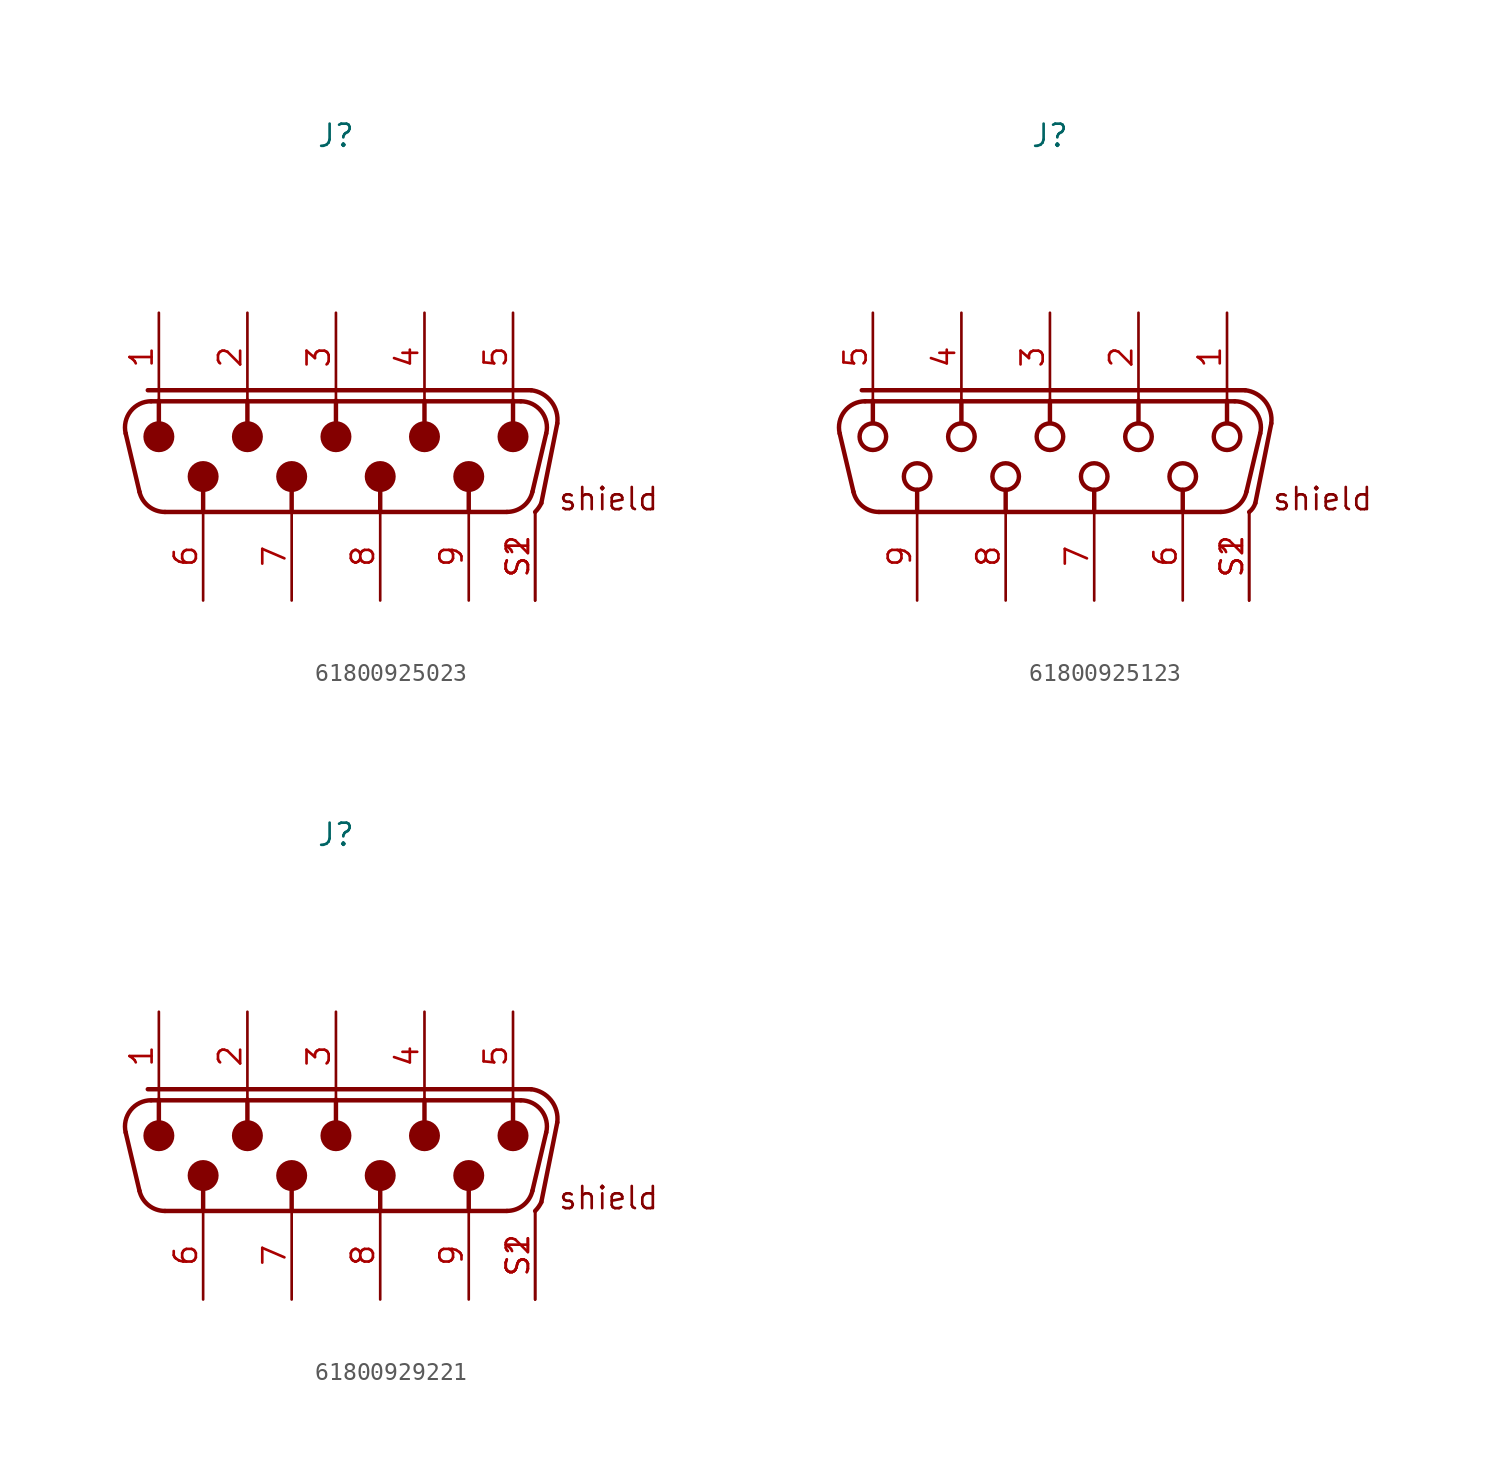
<source format=kicad_sym>
(kicad_symbol_lib
  (version 20241209)
  (generator "kicad_symbol_editor")
  (generator_version "9.0")
  (symbol "61800925023"
    (pin_names
      (hide yes))
    (property "Reference" "J"
      (at 0 17.78 0)
      (effects (font (size 1.27 1.27))))
    (symbol "61800925023_1_0"
      (polyline (pts (xy -11.273 -2.655) (xy -12.064 0.695)) (stroke (width 0.254) (type solid)) (fill (type none)))
      (polyline (pts (xy -10.795 3.175) (xy 11.2 3.175)) (stroke (width 0.254) (type solid)) (fill (type none)))
      (polyline (pts (xy -10.604 2.54) (xy 10.604 2.54)) (stroke (width 0.254) (type solid)) (fill (type none)))
      (arc (start -12.0642 0.695) (mid -11.7807 1.9707) (end -10.6043 2.54) (stroke (width 0.254) (type solid)) (fill (type none)))
      (polyline (pts (xy -10.16 2.58) (xy -10.16 0.4)) (stroke (width 0.254) (type solid)) (fill (type none)))
      (circle (center -10.16 0.508) (radius 0.762) (stroke (width 0.254) (type solid)) (fill (type outline)))
      (arc (start -9.813 -3.81) (mid -10.7438 -3.4862) (end -11.2728 -2.6547) (stroke (width 0.254) (type solid)) (fill (type none)))
      (circle (center -7.62 -1.778) (radius 0.762) (stroke (width 0.254) (type solid)) (fill (type outline)))
      (polyline (pts (xy -7.62 -3.81) (xy -7.62 -1.63)) (stroke (width 0.254) (type solid)) (fill (type none)))
      (polyline (pts (xy -5.08 2.58) (xy -5.08 0.4)) (stroke (width 0.254) (type solid)) (fill (type none)))
      (circle (center -5.08 0.508) (radius 0.762) (stroke (width 0.254) (type solid)) (fill (type outline)))
      (circle (center -2.54 -1.778) (radius 0.762) (stroke (width 0.254) (type solid)) (fill (type outline)))
      (polyline (pts (xy -2.54 -3.81) (xy -2.54 -1.63)) (stroke (width 0.254) (type solid)) (fill (type none)))
      (polyline (pts (xy 0 2.58) (xy 0 0.4)) (stroke (width 0.254) (type solid)) (fill (type none)))
      (circle (center 0 0.508) (radius 0.762) (stroke (width 0.254) (type solid)) (fill (type outline)))
      (circle (center 2.54 -1.778) (radius 0.762) (stroke (width 0.254) (type solid)) (fill (type outline)))
      (polyline (pts (xy 2.54 -3.81) (xy 2.54 -1.63)) (stroke (width 0.254) (type solid)) (fill (type none)))
      (polyline (pts (xy 5.08 2.58) (xy 5.08 0.4)) (stroke (width 0.254) (type solid)) (fill (type none)))
      (circle (center 5.08 0.508) (radius 0.762) (stroke (width 0.254) (type solid)) (fill (type outline)))
      (circle (center 7.62 -1.778) (radius 0.762) (stroke (width 0.254) (type solid)) (fill (type outline)))
      (polyline (pts (xy 7.62 -3.81) (xy 7.62 -1.63)) (stroke (width 0.254) (type solid)) (fill (type none)))
      (arc (start 11.2728 -2.6548) (mid 10.7437 -3.4863) (end 9.8129 -3.81) (stroke (width 0.254) (type solid)) (fill (type none)))
      (polyline (pts (xy 9.813 -3.81) (xy -9.813 -3.81)) (stroke (width 0.254) (type solid)) (fill (type none)))
      (polyline (pts (xy 10.16 2.58) (xy 10.16 0.4)) (stroke (width 0.254) (type solid)) (fill (type none)))
      (circle (center 10.16 0.508) (radius 0.762) (stroke (width 0.254) (type solid)) (fill (type outline)))
      (arc (start 11.7839 -3.3037) (mid 11.6289 -3.5722) (end 11.43 -3.81) (stroke (width 0.254) (type solid)) (fill (type none)))
      (arc (start 10.6043 2.54) (mid 11.7807 1.9707) (end 12.0642 0.695) (stroke (width 0.254) (type solid)) (fill (type none)))
      (arc (start 11.2 3.175) (mid 12.3464 2.5346) (end 12.7 1.27) (stroke (width 0.254) (type solid)) (fill (type none)))
      (polyline (pts (xy 11.784 -3.304) (xy 12.7 1.27)) (stroke (width 0.254) (type solid)) (fill (type none)))
      (polyline (pts (xy 12.064 0.695) (xy 11.273 -2.655)) (stroke (width 0.254) (type solid)) (fill (type none)))
      (pin passive line (at -10.16 7.62 270) (length 5.08) (name "1" (effects (font (size 1.27 1.27)))) (number "1" (effects (font (size 1.27 1.27)))))
      (pin passive line (at -7.62 -8.89 90) (length 5.08) (name "6" (effects (font (size 1.27 1.27)))) (number "6" (effects (font (size 1.27 1.27)))))
      (pin passive line (at -5.08 7.62 270) (length 5.08) (name "2" (effects (font (size 1.27 1.27)))) (number "2" (effects (font (size 1.27 1.27)))))
      (pin passive line (at -2.54 -8.89 90) (length 5.08) (name "7" (effects (font (size 1.27 1.27)))) (number "7" (effects (font (size 1.27 1.27)))))
      (pin passive line (at 0 7.62 270) (length 5.08) (name "3" (effects (font (size 1.27 1.27)))) (number "3" (effects (font (size 1.27 1.27)))))
      (pin passive line (at 2.54 -8.89 90) (length 5.08) (name "8" (effects (font (size 1.27 1.27)))) (number "8" (effects (font (size 1.27 1.27)))))
      (pin passive line (at 5.08 7.62 270) (length 5.08) (name "4" (effects (font (size 1.27 1.27)))) (number "4" (effects (font (size 1.27 1.27)))))
      (pin passive line (at 7.62 -8.89 90) (length 5.08) (name "9" (effects (font (size 1.27 1.27)))) (number "9" (effects (font (size 1.27 1.27)))))
      (pin passive line (at 10.16 7.62 270) (length 5.08) (name "5" (effects (font (size 1.27 1.27)))) (number "5" (effects (font (size 1.27 1.27)))))
      (pin passive line (at 11.43 -8.89 90) (length 5.08) (name "SHIELD" (effects (font (size 1.27 1.27)))) (number "S1" (effects (font (size 1.27 1.27)))))
      (pin passive line (at 11.43 -8.89 90) (length 5.08) (name "SHIELD" (effects (font (size 1.27 1.27)))) (number "S2" (effects (font (size 1.27 1.27))))))
    (symbol "61800925023_1_1"
      (text "shield" (at 12.7 -3.81 0) (effects (font (size 1.27 1.27)) (justify left bottom)))))
  (symbol "61800925123"
    (pin_names
      (hide yes))
    (property "Reference" "J"
      (at 0 17.78 0)
      (effects (font (size 1.27 1.27))))
    (symbol "61800925123_1_0"
      (polyline (pts (xy -11.273 -2.655) (xy -12.064 0.695)) (stroke (width 0.254) (type solid)) (fill (type none)))
      (polyline (pts (xy -10.795 3.175) (xy 11.2 3.175)) (stroke (width 0.254) (type solid)) (fill (type none)))
      (polyline (pts (xy -10.604 2.54) (xy 10.604 2.54)) (stroke (width 0.254) (type solid)) (fill (type none)))
      (arc (start -12.0642 0.695) (mid -11.7807 1.9707) (end -10.6043 2.54) (stroke (width 0.254) (type solid)) (fill (type none)))
      (polyline (pts (xy -10.16 2.58) (xy -10.16 1.3)) (stroke (width 0.254) (type solid)) (fill (type none)))
      (circle (center -10.16 0.508) (radius 0.762) (stroke (width 0.254) (type solid)) (fill (type none)))
      (arc (start -9.813 -3.81) (mid -10.7438 -3.4862) (end -11.2728 -2.6547) (stroke (width 0.254) (type solid)) (fill (type none)))
      (circle (center -7.62 -1.778) (radius 0.762) (stroke (width 0.254) (type solid)) (fill (type none)))
      (polyline (pts (xy -7.62 -2.54) (xy -7.62 -3.82)) (stroke (width 0.254) (type solid)) (fill (type none)))
      (polyline (pts (xy -5.08 2.58) (xy -5.08 1.3)) (stroke (width 0.254) (type solid)) (fill (type none)))
      (circle (center -5.08 0.508) (radius 0.762) (stroke (width 0.254) (type solid)) (fill (type none)))
      (circle (center -2.54 -1.778) (radius 0.762) (stroke (width 0.254) (type solid)) (fill (type none)))
      (polyline (pts (xy -2.54 -2.54) (xy -2.54 -3.82)) (stroke (width 0.254) (type solid)) (fill (type none)))
      (polyline (pts (xy 0 2.58) (xy 0 1.3)) (stroke (width 0.254) (type solid)) (fill (type none)))
      (circle (center 0 0.508) (radius 0.762) (stroke (width 0.254) (type solid)) (fill (type none)))
      (circle (center 2.54 -1.778) (radius 0.762) (stroke (width 0.254) (type solid)) (fill (type none)))
      (polyline (pts (xy 2.54 -2.54) (xy 2.54 -3.82)) (stroke (width 0.254) (type solid)) (fill (type none)))
      (polyline (pts (xy 5.08 2.58) (xy 5.08 1.3)) (stroke (width 0.254) (type solid)) (fill (type none)))
      (circle (center 5.08 0.508) (radius 0.762) (stroke (width 0.254) (type solid)) (fill (type none)))
      (circle (center 7.62 -1.778) (radius 0.762) (stroke (width 0.254) (type solid)) (fill (type none)))
      (polyline (pts (xy 7.62 -2.54) (xy 7.62 -3.82)) (stroke (width 0.254) (type solid)) (fill (type none)))
      (arc (start 11.2728 -2.6548) (mid 10.7437 -3.4863) (end 9.8129 -3.81) (stroke (width 0.254) (type solid)) (fill (type none)))
      (polyline (pts (xy 9.813 -3.81) (xy -9.813 -3.81)) (stroke (width 0.254) (type solid)) (fill (type none)))
      (polyline (pts (xy 10.16 2.58) (xy 10.16 1.3)) (stroke (width 0.254) (type solid)) (fill (type none)))
      (circle (center 10.16 0.508) (radius 0.762) (stroke (width 0.254) (type solid)) (fill (type none)))
      (arc (start 10.6043 2.54) (mid 11.7807 1.9707) (end 12.0642 0.695) (stroke (width 0.254) (type solid)) (fill (type none)))
      (arc (start 11.7839 -3.3037) (mid 11.6448 -3.5833) (end 11.43 -3.81) (stroke (width 0.254) (type solid)) (fill (type none)))
      (arc (start 11.2 3.175) (mid 12.3464 2.5346) (end 12.7 1.27) (stroke (width 0.254) (type solid)) (fill (type none)))
      (polyline (pts (xy 11.784 -3.304) (xy 12.7 1.27)) (stroke (width 0.254) (type solid)) (fill (type none)))
      (polyline (pts (xy 12.064 0.695) (xy 11.273 -2.655)) (stroke (width 0.254) (type solid)) (fill (type none)))
      (pin passive line (at -10.16 7.62 270) (length 5.08) (name "5" (effects (font (size 1.27 1.27)))) (number "5" (effects (font (size 1.27 1.27)))))
      (pin passive line (at -7.62 -8.89 90) (length 5.08) (name "9" (effects (font (size 1.27 1.27)))) (number "9" (effects (font (size 1.27 1.27)))))
      (pin passive line (at -5.08 7.62 270) (length 5.08) (name "4" (effects (font (size 1.27 1.27)))) (number "4" (effects (font (size 1.27 1.27)))))
      (pin passive line (at -2.54 -8.89 90) (length 5.08) (name "8" (effects (font (size 1.27 1.27)))) (number "8" (effects (font (size 1.27 1.27)))))
      (pin passive line (at 0 7.62 270) (length 5.08) (name "3" (effects (font (size 1.27 1.27)))) (number "3" (effects (font (size 1.27 1.27)))))
      (pin passive line (at 2.54 -8.89 90) (length 5.08) (name "7" (effects (font (size 1.27 1.27)))) (number "7" (effects (font (size 1.27 1.27)))))
      (pin passive line (at 5.08 7.62 270) (length 5.08) (name "2" (effects (font (size 1.27 1.27)))) (number "2" (effects (font (size 1.27 1.27)))))
      (pin passive line (at 7.62 -8.89 90) (length 5.08) (name "6" (effects (font (size 1.27 1.27)))) (number "6" (effects (font (size 1.27 1.27)))))
      (pin passive line (at 10.16 7.62 270) (length 5.08) (name "1" (effects (font (size 1.27 1.27)))) (number "1" (effects (font (size 1.27 1.27)))))
      (pin passive line (at 11.43 -8.89 90) (length 5.08) (name "SHIELD" (effects (font (size 1.27 1.27)))) (number "S1" (effects (font (size 1.27 1.27)))))
      (pin passive line (at 11.43 -8.89 90) (length 5.08) (name "SHIELD" (effects (font (size 1.27 1.27)))) (number "S2" (effects (font (size 1.27 1.27))))))
    (symbol "61800925123_1_1"
      (text "shield" (at 12.7 -3.81 0) (effects (font (size 1.27 1.27)) (justify left bottom)))))
  (symbol "61800929221"
    (pin_names
      (hide yes))
    (property "Reference" "J"
      (at 0 17.78 0)
      (effects (font (size 1.27 1.27))))
    (symbol "61800929221_1_0"
      (polyline (pts (xy -11.273 -2.655) (xy -12.064 0.695)) (stroke (width 0.254) (type solid)) (fill (type none)))
      (polyline (pts (xy -10.795 3.175) (xy 11.2 3.175)) (stroke (width 0.254) (type solid)) (fill (type none)))
      (polyline (pts (xy -10.604 2.54) (xy 10.604 2.54)) (stroke (width 0.254) (type solid)) (fill (type none)))
      (arc (start -12.0642 0.695) (mid -11.7807 1.9707) (end -10.6043 2.54) (stroke (width 0.254) (type solid)) (fill (type none)))
      (polyline (pts (xy -10.16 2.58) (xy -10.16 0.4)) (stroke (width 0.254) (type solid)) (fill (type none)))
      (circle (center -10.16 0.508) (radius 0.762) (stroke (width 0.254) (type solid)) (fill (type outline)))
      (arc (start -9.813 -3.81) (mid -10.7438 -3.4862) (end -11.2728 -2.6547) (stroke (width 0.254) (type solid)) (fill (type none)))
      (circle (center -7.62 -1.778) (radius 0.762) (stroke (width 0.254) (type solid)) (fill (type outline)))
      (polyline (pts (xy -7.62 -3.81) (xy -7.62 -1.63)) (stroke (width 0.254) (type solid)) (fill (type none)))
      (polyline (pts (xy -5.08 2.58) (xy -5.08 0.4)) (stroke (width 0.254) (type solid)) (fill (type none)))
      (circle (center -5.08 0.508) (radius 0.762) (stroke (width 0.254) (type solid)) (fill (type outline)))
      (circle (center -2.54 -1.778) (radius 0.762) (stroke (width 0.254) (type solid)) (fill (type outline)))
      (polyline (pts (xy -2.54 -3.81) (xy -2.54 -1.63)) (stroke (width 0.254) (type solid)) (fill (type none)))
      (polyline (pts (xy 0 2.58) (xy 0 0.4)) (stroke (width 0.254) (type solid)) (fill (type none)))
      (circle (center 0 0.508) (radius 0.762) (stroke (width 0.254) (type solid)) (fill (type outline)))
      (circle (center 2.54 -1.778) (radius 0.762) (stroke (width 0.254) (type solid)) (fill (type outline)))
      (polyline (pts (xy 2.54 -3.81) (xy 2.54 -1.63)) (stroke (width 0.254) (type solid)) (fill (type none)))
      (polyline (pts (xy 5.08 2.58) (xy 5.08 0.4)) (stroke (width 0.254) (type solid)) (fill (type none)))
      (circle (center 5.08 0.508) (radius 0.762) (stroke (width 0.254) (type solid)) (fill (type outline)))
      (circle (center 7.62 -1.778) (radius 0.762) (stroke (width 0.254) (type solid)) (fill (type outline)))
      (polyline (pts (xy 7.62 -3.81) (xy 7.62 -1.63)) (stroke (width 0.254) (type solid)) (fill (type none)))
      (arc (start 11.2728 -2.6548) (mid 10.7437 -3.4863) (end 9.8129 -3.81) (stroke (width 0.254) (type solid)) (fill (type none)))
      (polyline (pts (xy 9.813 -3.81) (xy -9.813 -3.81)) (stroke (width 0.254) (type solid)) (fill (type none)))
      (polyline (pts (xy 10.16 2.58) (xy 10.16 0.4)) (stroke (width 0.254) (type solid)) (fill (type none)))
      (circle (center 10.16 0.508) (radius 0.762) (stroke (width 0.254) (type solid)) (fill (type outline)))
      (arc (start 11.7839 -3.3037) (mid 11.6289 -3.5722) (end 11.43 -3.81) (stroke (width 0.254) (type solid)) (fill (type none)))
      (arc (start 10.6043 2.54) (mid 11.7807 1.9707) (end 12.0642 0.695) (stroke (width 0.254) (type solid)) (fill (type none)))
      (arc (start 11.2 3.175) (mid 12.3464 2.5346) (end 12.7 1.27) (stroke (width 0.254) (type solid)) (fill (type none)))
      (polyline (pts (xy 11.784 -3.304) (xy 12.7 1.27)) (stroke (width 0.254) (type solid)) (fill (type none)))
      (polyline (pts (xy 12.064 0.695) (xy 11.273 -2.655)) (stroke (width 0.254) (type solid)) (fill (type none)))
      (pin passive line (at -10.16 7.62 270) (length 5.08) (name "1" (effects (font (size 1.27 1.27)))) (number "1" (effects (font (size 1.27 1.27)))))
      (pin passive line (at -7.62 -8.89 90) (length 5.08) (name "6" (effects (font (size 1.27 1.27)))) (number "6" (effects (font (size 1.27 1.27)))))
      (pin passive line (at -5.08 7.62 270) (length 5.08) (name "2" (effects (font (size 1.27 1.27)))) (number "2" (effects (font (size 1.27 1.27)))))
      (pin passive line (at -2.54 -8.89 90) (length 5.08) (name "7" (effects (font (size 1.27 1.27)))) (number "7" (effects (font (size 1.27 1.27)))))
      (pin passive line (at 0 7.62 270) (length 5.08) (name "3" (effects (font (size 1.27 1.27)))) (number "3" (effects (font (size 1.27 1.27)))))
      (pin passive line (at 2.54 -8.89 90) (length 5.08) (name "8" (effects (font (size 1.27 1.27)))) (number "8" (effects (font (size 1.27 1.27)))))
      (pin passive line (at 5.08 7.62 270) (length 5.08) (name "4" (effects (font (size 1.27 1.27)))) (number "4" (effects (font (size 1.27 1.27)))))
      (pin passive line (at 7.62 -8.89 90) (length 5.08) (name "9" (effects (font (size 1.27 1.27)))) (number "9" (effects (font (size 1.27 1.27)))))
      (pin passive line (at 10.16 7.62 270) (length 5.08) (name "5" (effects (font (size 1.27 1.27)))) (number "5" (effects (font (size 1.27 1.27)))))
      (pin passive line (at 11.43 -8.89 90) (length 5.08) (name "SHIELD" (effects (font (size 1.27 1.27)))) (number "S1" (effects (font (size 1.27 1.27)))))
      (pin passive line (at 11.43 -8.89 90) (length 5.08) (name "SHIELD" (effects (font (size 1.27 1.27)))) (number "S2" (effects (font (size 1.27 1.27))))))
    (symbol "61800929221_1_1"
      (text "shield" (at 12.7 -3.81 0) (effects (font (size 1.27 1.27)) (justify left bottom))))))
</source>
